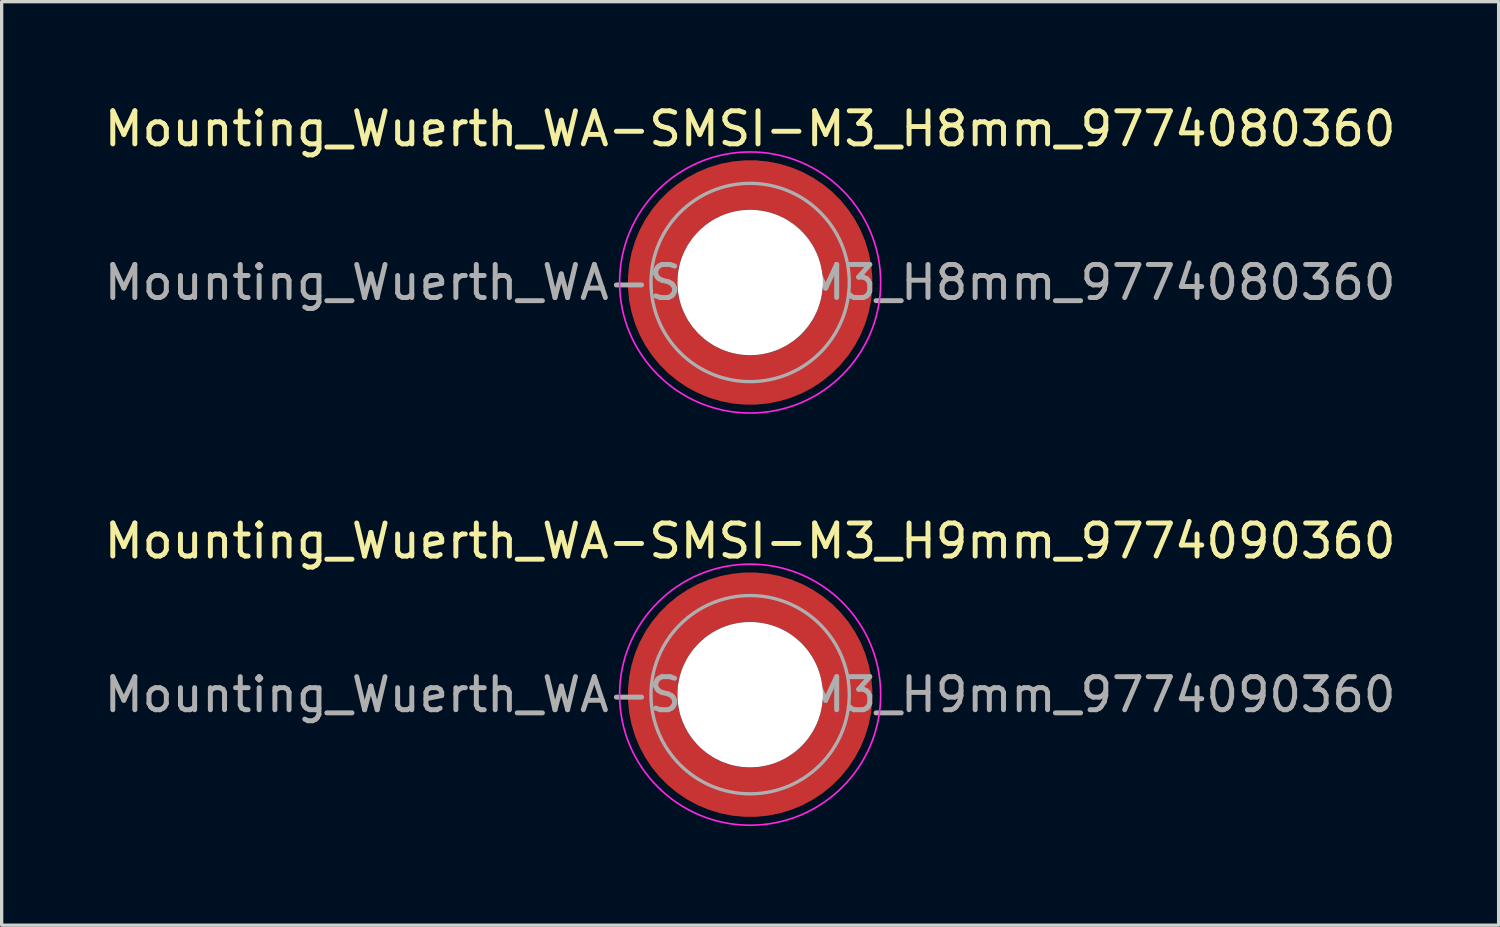
<source format=kicad_pcb>
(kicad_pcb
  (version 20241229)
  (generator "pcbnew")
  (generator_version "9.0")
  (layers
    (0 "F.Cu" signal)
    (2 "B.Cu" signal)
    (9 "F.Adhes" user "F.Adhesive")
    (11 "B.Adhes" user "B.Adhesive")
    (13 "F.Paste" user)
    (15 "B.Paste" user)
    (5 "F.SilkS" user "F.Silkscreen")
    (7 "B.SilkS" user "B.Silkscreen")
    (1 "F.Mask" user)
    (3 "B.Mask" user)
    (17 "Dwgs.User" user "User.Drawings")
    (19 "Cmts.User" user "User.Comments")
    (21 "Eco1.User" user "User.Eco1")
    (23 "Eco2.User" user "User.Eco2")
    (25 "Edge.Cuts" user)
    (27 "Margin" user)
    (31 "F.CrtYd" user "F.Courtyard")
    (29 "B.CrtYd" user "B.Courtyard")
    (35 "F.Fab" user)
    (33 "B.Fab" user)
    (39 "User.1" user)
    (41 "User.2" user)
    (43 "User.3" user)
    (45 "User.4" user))
  (footprint "Mounting_Wuerth_WA-SMSI-M3_H8mm_9774080360"
    (layer "F.Cu")
    (at 19.649 5.498)
    (property "Reference" "Mounting_Wuerth_WA-SMSI-M3_H8mm_9774080360" (at 0 -4.65 0) (layer "F.SilkS") (effects (font (size 1 1) (thickness 0.15))))
    (attr smd allow_soldermask_bridges)
    (fp_circle (center 0 0) (end 3.95 0) (stroke (width 0.05) (type solid)) (fill no) (layer "F.CrtYd"))
    (fp_circle (center 0 0) (end 3 0) (stroke (width 0.1) (type solid)) (fill no) (layer "F.Fab"))
    (fp_text user "${REFERENCE}" (at 0 0 0) (layer "F.Fab") (effects (font (size 1 1) (thickness 0.15))))
    (pad "" smd custom (at -2.058 -2.058) (size 0.55 0.55) (layers "F.Paste") (options (anchor circle)) (primitives (gr_arc (start -0.377294 1.707681) (mid 0.318198 0.318198) (end 1.707681 -0.377294) (width 0.2)) (gr_arc (start -0.478281 1.707681) (mid 0.247487 0.247487) (end 1.707681 -0.478281) (width 0.2)) (gr_arc (start -0.579192 1.707681) (mid 0.176777 0.176777) (end 1.707681 -0.579192) (width 0.2)) (gr_arc (start -0.680037 1.707681) (mid 0.106066 0.106066) (end 1.707681 -0.680037) (width 0.2)) (gr_arc (start -0.780822 1.707681) (mid 0.035355 0.035355) (end 1.707681 -0.780822) (width 0.2)) (gr_arc (start -0.881554 1.707681) (mid -0.035355 -0.035355) (end 1.707681 -0.881554) (width 0.2)) (gr_arc (start -0.982237 1.707681) (mid -0.106066 -0.106066) (end 1.707681 -0.982237) (width 0.2)) (gr_arc (start -1.082877 1.707681) (mid -0.176777 -0.176777) (end 1.707681 -1.082877) (width 0.2)) (gr_arc (start -1.183476 1.707681) (mid -0.247487 -0.247487) (end 1.707681 -1.183476) (width 0.2)) (gr_arc (start -1.28404 1.707681) (mid -0.318198 -0.318198) (end 1.707681 -1.28404) (width 0.2)) (gr_line (start 1.708 -0.377) (end 1.708 -1.284) (width 0.2)) (gr_line (start -0.377 1.708) (end -1.284 1.708) (width 0.2))))
    (pad "" smd custom (at -2.058 2.058) (size 0.55 0.55) (layers "F.Paste") (options (anchor circle)) (primitives (gr_arc (start 1.707681 0.377294) (mid 0.318198 -0.318198) (end -0.377294 -1.707681) (width 0.2)) (gr_arc (start 1.707681 0.478281) (mid 0.247487 -0.247487) (end -0.478281 -1.707681) (width 0.2)) (gr_arc (start 1.707681 0.579192) (mid 0.176777 -0.176777) (end -0.579192 -1.707681) (width 0.2)) (gr_arc (start 1.707681 0.680037) (mid 0.106066 -0.106066) (end -0.680037 -1.707681) (width 0.2)) (gr_arc (start 1.707681 0.780822) (mid 0.035355 -0.035355) (end -0.780822 -1.707681) (width 0.2)) (gr_arc (start 1.707681 0.881554) (mid -0.035355 0.035355) (end -0.881554 -1.707681) (width 0.2)) (gr_arc (start 1.707681 0.982237) (mid -0.106066 0.106066) (end -0.982237 -1.707681) (width 0.2)) (gr_arc (start 1.707681 1.082877) (mid -0.176777 0.176777) (end -1.082877 -1.707681) (width 0.2)) (gr_arc (start 1.707681 1.183476) (mid -0.247487 0.247487) (end -1.183476 -1.707681) (width 0.2)) (gr_arc (start 1.707681 1.28404) (mid -0.318198 0.318198) (end -1.28404 -1.707681) (width 0.2)) (gr_line (start -0.377 -1.708) (end -1.284 -1.708) (width 0.2)) (gr_line (start 1.708 0.377) (end 1.708 1.284) (width 0.2))))
    (pad "" np_thru_hole circle (at 0 0) (size 4.4 4.4) (drill 4.4) (layers "*.Cu" "*.Mask"))
    (pad "" smd custom (at 2.058 -2.058) (size 0.55 0.55) (layers "F.Paste") (options (anchor circle)) (primitives (gr_arc (start -1.707681 -0.377294) (mid -0.318198 0.318198) (end 0.377294 1.707681) (width 0.2)) (gr_arc (start -1.707681 -0.478281) (mid -0.247487 0.247487) (end 0.478281 1.707681) (width 0.2)) (gr_arc (start -1.707681 -0.579192) (mid -0.176777 0.176777) (end 0.579192 1.707681) (width 0.2)) (gr_arc (start -1.707681 -0.680037) (mid -0.106066 0.106066) (end 0.680037 1.707681) (width 0.2)) (gr_arc (start -1.707681 -0.780822) (mid -0.035355 0.035355) (end 0.780822 1.707681) (width 0.2)) (gr_arc (start -1.707681 -0.881554) (mid 0.035355 -0.035355) (end 0.881554 1.707681) (width 0.2)) (gr_arc (start -1.707681 -0.982237) (mid 0.106066 -0.106066) (end 0.982237 1.707681) (width 0.2)) (gr_arc (start -1.707681 -1.082877) (mid 0.176777 -0.176777) (end 1.082877 1.707681) (width 0.2)) (gr_arc (start -1.707681 -1.183476) (mid 0.247487 -0.247487) (end 1.183476 1.707681) (width 0.2)) (gr_arc (start -1.707681 -1.28404) (mid 0.318198 -0.318198) (end 1.28404 1.707681) (width 0.2)) (gr_line (start 0.377 1.708) (end 1.284 1.708) (width 0.2)) (gr_line (start -1.708 -0.377) (end -1.708 -1.284) (width 0.2))))
    (pad "" smd custom (at 2.058 2.058) (size 0.55 0.55) (layers "F.Paste") (options (anchor circle)) (primitives (gr_arc (start 0.377294 -1.707681) (mid -0.318198 -0.318198) (end -1.707681 0.377294) (width 0.2)) (gr_arc (start 0.478281 -1.707681) (mid -0.247487 -0.247487) (end -1.707681 0.478281) (width 0.2)) (gr_arc (start 0.579192 -1.707681) (mid -0.176777 -0.176777) (end -1.707681 0.579192) (width 0.2)) (gr_arc (start 0.680037 -1.707681) (mid -0.106066 -0.106066) (end -1.707681 0.680037) (width 0.2)) (gr_arc (start 0.780822 -1.707681) (mid -0.035355 -0.035355) (end -1.707681 0.780822) (width 0.2)) (gr_arc (start 0.881554 -1.707681) (mid 0.035355 0.035355) (end -1.707681 0.881554) (width 0.2)) (gr_arc (start 0.982237 -1.707681) (mid 0.106066 0.106066) (end -1.707681 0.982237) (width 0.2)) (gr_arc (start 1.082877 -1.707681) (mid 0.176777 0.176777) (end -1.707681 1.082877) (width 0.2)) (gr_arc (start 1.183476 -1.707681) (mid 0.247487 0.247487) (end -1.707681 1.183476) (width 0.2)) (gr_arc (start 1.28404 -1.707681) (mid 0.318198 0.318198) (end -1.707681 1.28404) (width 0.2)) (gr_line (start -1.708 0.377) (end -1.708 1.284) (width 0.2)) (gr_line (start 0.377 -1.708) (end 1.284 -1.708) (width 0.2))))
    (pad "1" smd circle (at -2.95 0) (size 0.992 0.992) (layers "F.Cu"))
    (pad "1" smd circle (at 0 -2.95) (size 0.992 0.992) (layers "F.Cu"))
    (pad "1" smd circle (at 0 2.95) (size 0.992 0.992) (layers "F.Cu"))
    (pad "1" smd custom (at 2.95 0) (size 1.5 1.5) (layers "F.Cu" "F.Mask") (options (anchor circle)) (primitives (gr_circle (center -2.95 0) (end 0 0) (width 1.5) (fill no)))))
  (footprint "Mounting_Wuerth_WA-SMSI-M3_H9mm_9774090360"
    (layer "F.Cu")
    (at 19.649 17.971)
    (property "Reference" "Mounting_Wuerth_WA-SMSI-M3_H9mm_9774090360" (at 0 -4.65 0) (layer "F.SilkS") (effects (font (size 1 1) (thickness 0.15))))
    (attr smd allow_soldermask_bridges)
    (fp_circle (center 0 0) (end 3.95 0) (stroke (width 0.05) (type solid)) (fill no) (layer "F.CrtYd"))
    (fp_circle (center 0 0) (end 3 0) (stroke (width 0.1) (type solid)) (fill no) (layer "F.Fab"))
    (fp_text user "${REFERENCE}" (at 0 0 0) (layer "F.Fab") (effects (font (size 1 1) (thickness 0.15))))
    (pad "" smd custom (at -2.058 -2.058) (size 0.55 0.55) (layers "F.Paste") (options (anchor circle)) (primitives (gr_arc (start -0.377294 1.707681) (mid 0.318198 0.318198) (end 1.707681 -0.377294) (width 0.2)) (gr_arc (start -0.478281 1.707681) (mid 0.247487 0.247487) (end 1.707681 -0.478281) (width 0.2)) (gr_arc (start -0.579192 1.707681) (mid 0.176777 0.176777) (end 1.707681 -0.579192) (width 0.2)) (gr_arc (start -0.680037 1.707681) (mid 0.106066 0.106066) (end 1.707681 -0.680037) (width 0.2)) (gr_arc (start -0.780822 1.707681) (mid 0.035355 0.035355) (end 1.707681 -0.780822) (width 0.2)) (gr_arc (start -0.881554 1.707681) (mid -0.035355 -0.035355) (end 1.707681 -0.881554) (width 0.2)) (gr_arc (start -0.982237 1.707681) (mid -0.106066 -0.106066) (end 1.707681 -0.982237) (width 0.2)) (gr_arc (start -1.082877 1.707681) (mid -0.176777 -0.176777) (end 1.707681 -1.082877) (width 0.2)) (gr_arc (start -1.183476 1.707681) (mid -0.247487 -0.247487) (end 1.707681 -1.183476) (width 0.2)) (gr_arc (start -1.28404 1.707681) (mid -0.318198 -0.318198) (end 1.707681 -1.28404) (width 0.2)) (gr_line (start 1.708 -0.377) (end 1.708 -1.284) (width 0.2)) (gr_line (start -0.377 1.708) (end -1.284 1.708) (width 0.2))))
    (pad "" smd custom (at -2.058 2.058) (size 0.55 0.55) (layers "F.Paste") (options (anchor circle)) (primitives (gr_arc (start 1.707681 0.377294) (mid 0.318198 -0.318198) (end -0.377294 -1.707681) (width 0.2)) (gr_arc (start 1.707681 0.478281) (mid 0.247487 -0.247487) (end -0.478281 -1.707681) (width 0.2)) (gr_arc (start 1.707681 0.579192) (mid 0.176777 -0.176777) (end -0.579192 -1.707681) (width 0.2)) (gr_arc (start 1.707681 0.680037) (mid 0.106066 -0.106066) (end -0.680037 -1.707681) (width 0.2)) (gr_arc (start 1.707681 0.780822) (mid 0.035355 -0.035355) (end -0.780822 -1.707681) (width 0.2)) (gr_arc (start 1.707681 0.881554) (mid -0.035355 0.035355) (end -0.881554 -1.707681) (width 0.2)) (gr_arc (start 1.707681 0.982237) (mid -0.106066 0.106066) (end -0.982237 -1.707681) (width 0.2)) (gr_arc (start 1.707681 1.082877) (mid -0.176777 0.176777) (end -1.082877 -1.707681) (width 0.2)) (gr_arc (start 1.707681 1.183476) (mid -0.247487 0.247487) (end -1.183476 -1.707681) (width 0.2)) (gr_arc (start 1.707681 1.28404) (mid -0.318198 0.318198) (end -1.28404 -1.707681) (width 0.2)) (gr_line (start -0.377 -1.708) (end -1.284 -1.708) (width 0.2)) (gr_line (start 1.708 0.377) (end 1.708 1.284) (width 0.2))))
    (pad "" np_thru_hole circle (at 0 0) (size 4.4 4.4) (drill 4.4) (layers "*.Cu" "*.Mask"))
    (pad "" smd custom (at 2.058 -2.058) (size 0.55 0.55) (layers "F.Paste") (options (anchor circle)) (primitives (gr_arc (start -1.707681 -0.377294) (mid -0.318198 0.318198) (end 0.377294 1.707681) (width 0.2)) (gr_arc (start -1.707681 -0.478281) (mid -0.247487 0.247487) (end 0.478281 1.707681) (width 0.2)) (gr_arc (start -1.707681 -0.579192) (mid -0.176777 0.176777) (end 0.579192 1.707681) (width 0.2)) (gr_arc (start -1.707681 -0.680037) (mid -0.106066 0.106066) (end 0.680037 1.707681) (width 0.2)) (gr_arc (start -1.707681 -0.780822) (mid -0.035355 0.035355) (end 0.780822 1.707681) (width 0.2)) (gr_arc (start -1.707681 -0.881554) (mid 0.035355 -0.035355) (end 0.881554 1.707681) (width 0.2)) (gr_arc (start -1.707681 -0.982237) (mid 0.106066 -0.106066) (end 0.982237 1.707681) (width 0.2)) (gr_arc (start -1.707681 -1.082877) (mid 0.176777 -0.176777) (end 1.082877 1.707681) (width 0.2)) (gr_arc (start -1.707681 -1.183476) (mid 0.247487 -0.247487) (end 1.183476 1.707681) (width 0.2)) (gr_arc (start -1.707681 -1.28404) (mid 0.318198 -0.318198) (end 1.28404 1.707681) (width 0.2)) (gr_line (start 0.377 1.708) (end 1.284 1.708) (width 0.2)) (gr_line (start -1.708 -0.377) (end -1.708 -1.284) (width 0.2))))
    (pad "" smd custom (at 2.058 2.058) (size 0.55 0.55) (layers "F.Paste") (options (anchor circle)) (primitives (gr_arc (start 0.377294 -1.707681) (mid -0.318198 -0.318198) (end -1.707681 0.377294) (width 0.2)) (gr_arc (start 0.478281 -1.707681) (mid -0.247487 -0.247487) (end -1.707681 0.478281) (width 0.2)) (gr_arc (start 0.579192 -1.707681) (mid -0.176777 -0.176777) (end -1.707681 0.579192) (width 0.2)) (gr_arc (start 0.680037 -1.707681) (mid -0.106066 -0.106066) (end -1.707681 0.680037) (width 0.2)) (gr_arc (start 0.780822 -1.707681) (mid -0.035355 -0.035355) (end -1.707681 0.780822) (width 0.2)) (gr_arc (start 0.881554 -1.707681) (mid 0.035355 0.035355) (end -1.707681 0.881554) (width 0.2)) (gr_arc (start 0.982237 -1.707681) (mid 0.106066 0.106066) (end -1.707681 0.982237) (width 0.2)) (gr_arc (start 1.082877 -1.707681) (mid 0.176777 0.176777) (end -1.707681 1.082877) (width 0.2)) (gr_arc (start 1.183476 -1.707681) (mid 0.247487 0.247487) (end -1.707681 1.183476) (width 0.2)) (gr_arc (start 1.28404 -1.707681) (mid 0.318198 0.318198) (end -1.707681 1.28404) (width 0.2)) (gr_line (start -1.708 0.377) (end -1.708 1.284) (width 0.2)) (gr_line (start 0.377 -1.708) (end 1.284 -1.708) (width 0.2))))
    (pad "1" smd circle (at -2.95 0) (size 0.992 0.992) (layers "F.Cu"))
    (pad "1" smd circle (at 0 -2.95) (size 0.992 0.992) (layers "F.Cu"))
    (pad "1" smd circle (at 0 2.95) (size 0.992 0.992) (layers "F.Cu"))
    (pad "1" smd custom (at 2.95 0) (size 1.5 1.5) (layers "F.Cu" "F.Mask") (options (anchor circle)) (primitives (gr_circle (center -2.95 0) (end 0 0) (width 1.5) (fill no)))))
  (gr_rect
    (start -3 -3)
    (end 42.298 24.947)
    (stroke (width 0.1) (type default))
    (fill no)
    (layer "Edge.Cuts")))
</source>
